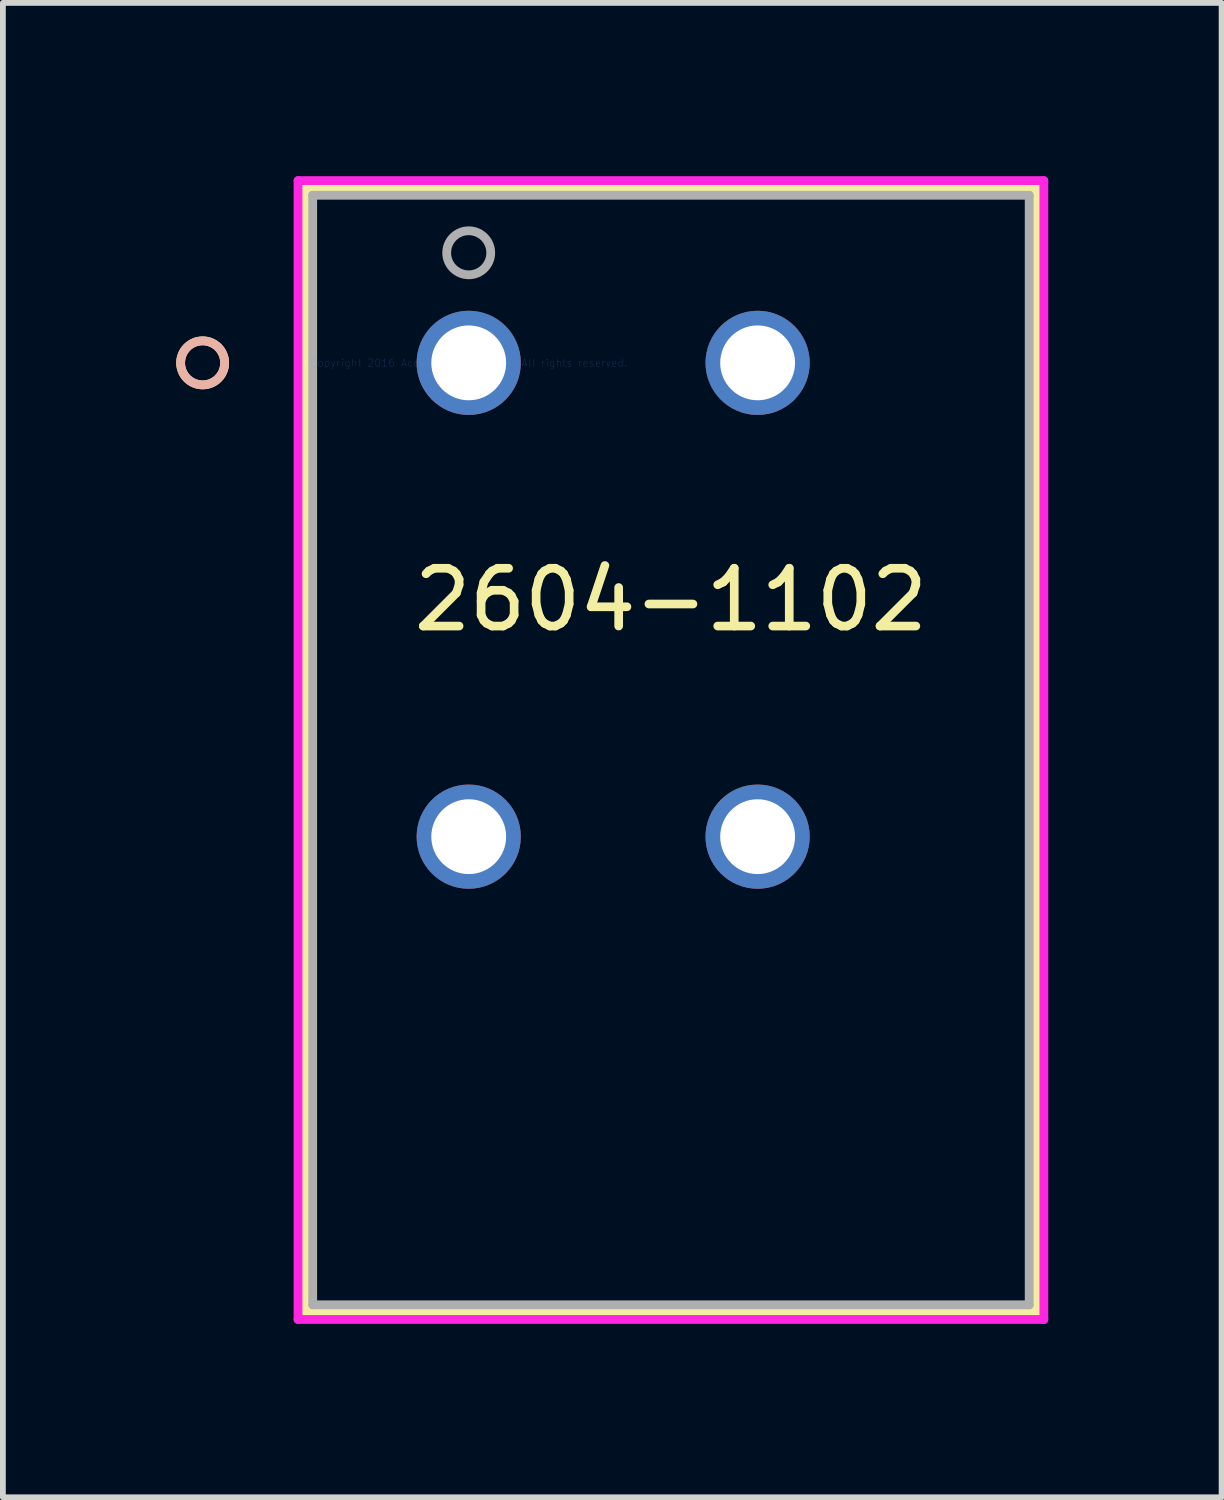
<source format=kicad_pcb>
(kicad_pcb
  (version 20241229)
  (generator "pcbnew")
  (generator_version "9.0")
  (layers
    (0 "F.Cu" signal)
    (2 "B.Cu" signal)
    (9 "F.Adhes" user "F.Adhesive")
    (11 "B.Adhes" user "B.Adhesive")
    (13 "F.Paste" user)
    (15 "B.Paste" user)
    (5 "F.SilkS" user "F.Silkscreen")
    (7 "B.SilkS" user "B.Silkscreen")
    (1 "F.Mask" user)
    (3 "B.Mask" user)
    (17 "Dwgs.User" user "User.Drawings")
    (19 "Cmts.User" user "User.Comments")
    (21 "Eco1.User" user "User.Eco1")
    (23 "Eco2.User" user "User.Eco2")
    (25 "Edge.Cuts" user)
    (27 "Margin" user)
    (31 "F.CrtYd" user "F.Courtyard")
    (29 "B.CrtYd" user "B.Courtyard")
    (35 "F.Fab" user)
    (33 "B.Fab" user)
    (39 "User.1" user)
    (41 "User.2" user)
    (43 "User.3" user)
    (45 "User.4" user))
  (footprint "2604-1102"
    (layer "F.Cu")
    (at 5.062 3.23)
    (property "Reference" "2604-1102" (at 3.5 4.1 0) (layer "F.SilkS") (effects (font (size 1 1) (thickness 0.15))))
    (attr through_hole)
    (fp_line (start -2.827 -3.027) (end -2.827 16.429) (stroke (width 0.152) (type solid)) (layer "F.SilkS"))
    (fp_line (start -2.827 16.429) (end 9.827 16.429) (stroke (width 0.152) (type solid)) (layer "F.SilkS"))
    (fp_line (start 9.827 -3.027) (end -2.827 -3.027) (stroke (width 0.152) (type solid)) (layer "F.SilkS"))
    (fp_line (start 9.827 16.429) (end 9.827 -3.027) (stroke (width 0.152) (type solid)) (layer "F.SilkS"))
    (fp_circle (center -4.605 0) (end -4.224 0) (stroke (width 0.152) (type solid)) (fill no) (layer "F.SilkS"))
    (fp_circle (center -4.605 0) (end -4.224 0) (stroke (width 0.152) (type solid)) (fill no) (layer "B.SilkS"))
    (fp_line (start -2.954 -3.154) (end -2.954 16.556) (stroke (width 0.152) (type solid)) (layer "F.CrtYd"))
    (fp_line (start -2.954 16.556) (end 9.954 16.556) (stroke (width 0.152) (type solid)) (layer "F.CrtYd"))
    (fp_line (start 9.954 -3.154) (end -2.954 -3.154) (stroke (width 0.152) (type solid)) (layer "F.CrtYd"))
    (fp_line (start 9.954 16.556) (end 9.954 -3.154) (stroke (width 0.152) (type solid)) (layer "F.CrtYd"))
    (fp_line (start -2.7 -2.9) (end -2.7 16.302) (stroke (width 0.152) (type solid)) (layer "F.Fab"))
    (fp_line (start -2.7 16.302) (end 9.7 16.302) (stroke (width 0.152) (type solid)) (layer "F.Fab"))
    (fp_line (start 9.7 -2.9) (end -2.7 -2.9) (stroke (width 0.152) (type solid)) (layer "F.Fab"))
    (fp_line (start 9.7 16.302) (end 9.7 -2.9) (stroke (width 0.152) (type solid)) (layer "F.Fab"))
    (fp_circle (center 0 -1.905) (end 0.381 -1.905) (stroke (width 0.152) (type solid)) (fill no) (layer "F.Fab"))
    (fp_text user "*" (at 0 0 0) (layer "F.SilkS") (effects (font (size 1 1) (thickness 0.15))))
    (fp_text user "Copyright 2016 Accelerated Designs. All rights reserved." (at 0 0 0) (layer "Cmts.User") (effects (font (size 0.127 0.127) (thickness 0.002))))
    (fp_text user "*" (at 0 0 0) (layer "F.Fab") (effects (font (size 1 1) (thickness 0.15))))
    (pad "1" thru_hole circle (at 0 0) (size 1.803 1.803) (drill 1.295) (layers "*.Cu" "*.Mask"))
    (pad "2" thru_hole circle (at 0 8.2) (size 1.803 1.803) (drill 1.295) (layers "*.Cu" "*.Mask"))
    (pad "3" thru_hole circle (at 5 0) (size 1.803 1.803) (drill 1.295) (layers "*.Cu" "*.Mask"))
    (pad "4" thru_hole circle (at 5 8.2) (size 1.803 1.803) (drill 1.295) (layers "*.Cu" "*.Mask")))
  (gr_rect
    (start -3 -3)
    (end 18.092 22.863)
    (stroke (width 0.1) (type default))
    (fill no)
    (layer "Edge.Cuts")))
</source>
